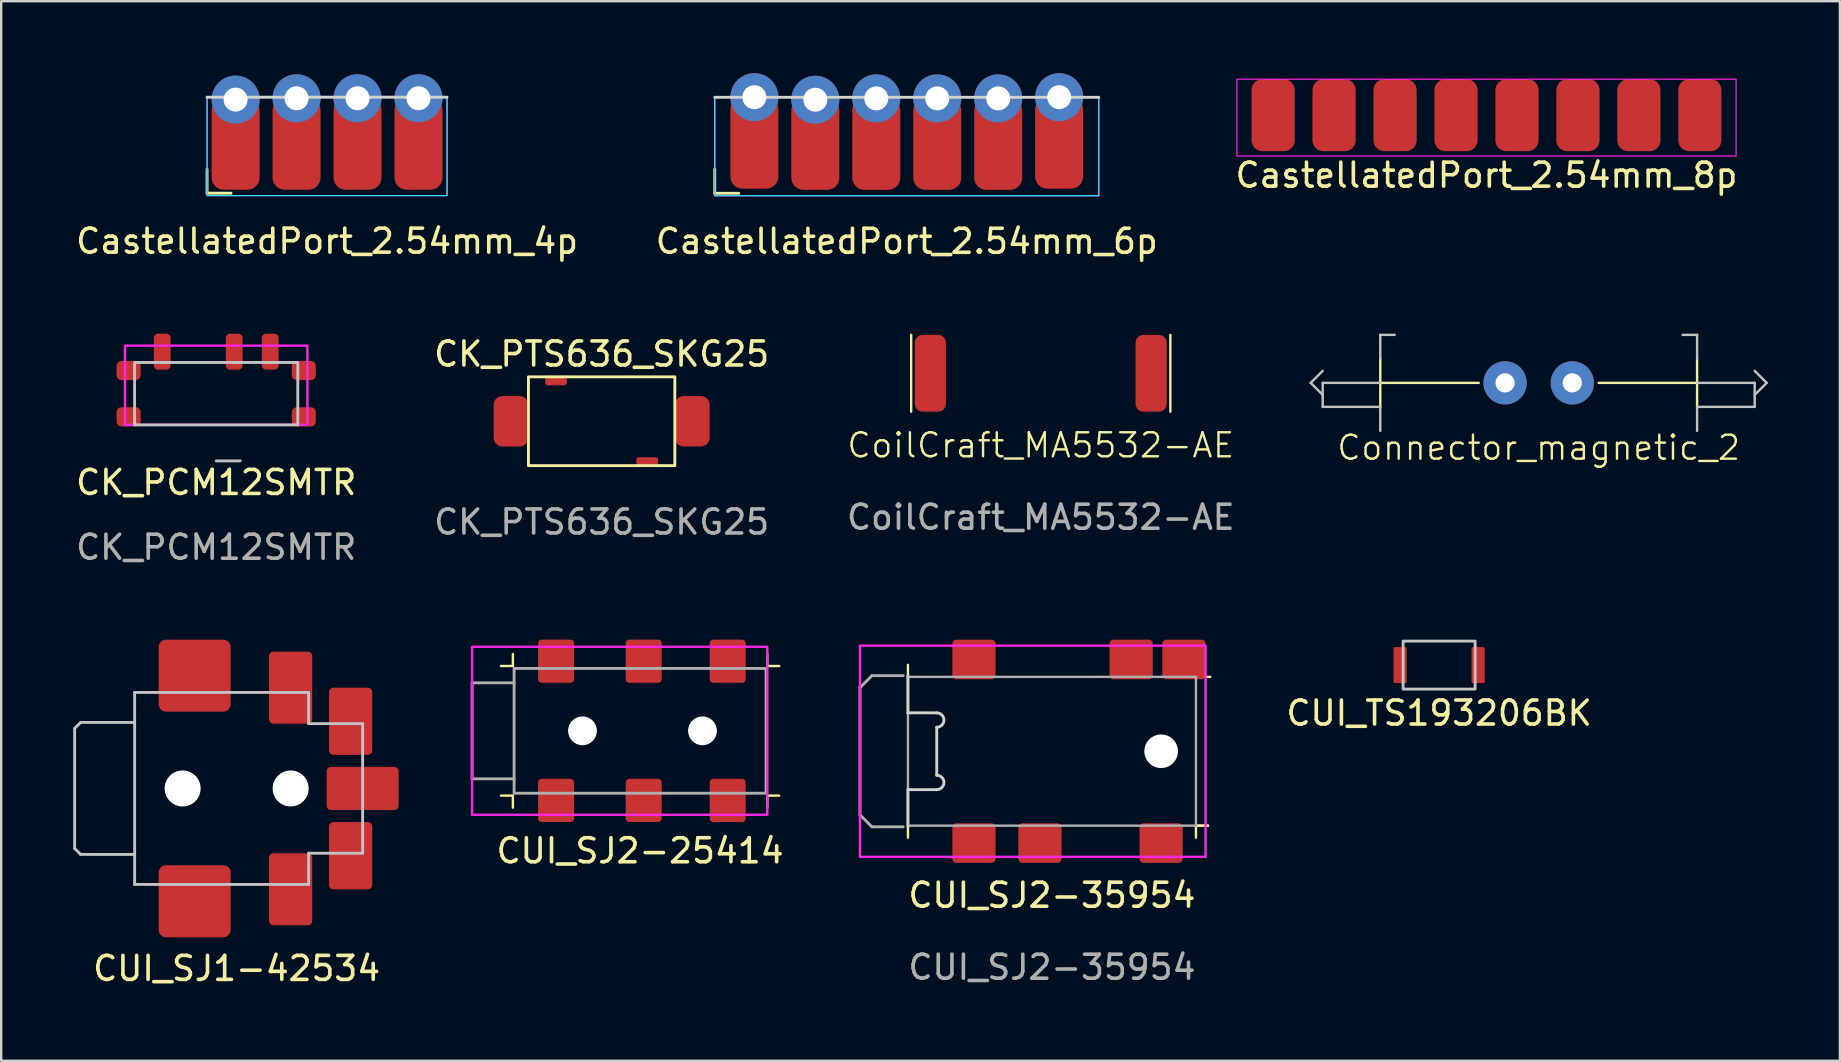
<source format=kicad_pcb>
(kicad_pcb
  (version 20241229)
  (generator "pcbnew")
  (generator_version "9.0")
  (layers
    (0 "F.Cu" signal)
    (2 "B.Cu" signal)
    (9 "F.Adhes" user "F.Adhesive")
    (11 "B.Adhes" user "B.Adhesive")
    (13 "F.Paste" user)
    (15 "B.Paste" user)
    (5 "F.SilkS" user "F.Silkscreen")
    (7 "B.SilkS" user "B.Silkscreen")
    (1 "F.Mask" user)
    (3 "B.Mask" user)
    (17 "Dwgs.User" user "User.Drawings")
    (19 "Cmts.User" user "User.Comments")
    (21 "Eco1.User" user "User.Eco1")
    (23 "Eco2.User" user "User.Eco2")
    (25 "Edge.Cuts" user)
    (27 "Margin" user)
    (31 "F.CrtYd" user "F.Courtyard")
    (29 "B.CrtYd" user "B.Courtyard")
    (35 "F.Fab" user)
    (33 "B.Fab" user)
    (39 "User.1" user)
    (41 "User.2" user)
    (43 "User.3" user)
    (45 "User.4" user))
  (footprint "CUI_TS193206BK"
    (layer "F.Cu")
    (at 56.913 24.662)
    (property "Reference" "CUI_TS193206BK" (at 0 2 0) (unlocked yes) (layer "F.SilkS") (effects (font (size 1 1) (thickness 0.15))))
    (attr smd)
    (fp_rect (start -1.5 -1) (end 1.5 1) (stroke (width 0.12) (type solid)) (fill no) (layer "Dwgs.User"))
    (pad "1" smd roundrect (at -1.625 0) (size 0.55 1.5) (layers "F.Cu" "F.Mask" "F.Paste") (roundrect_rratio 0.1))
    (pad "2" smd roundrect (at 1.625 0) (size 0.55 1.5) (layers "F.Cu" "F.Mask" "F.Paste") (roundrect_rratio 0.1))
    (zone (net_name "") (layers "F.Cu" "B.Cu" "Dwgs.User") (hatch edge 0.508) (connect_pads) (min_thickness 0.254) (filled_areas_thickness no) (keepout (tracks allowed) (vias not_allowed) (pads not_allowed) (copperpour allowed) (footprints allowed)) (placement (enabled no)) (fill) (polygon (pts (xy 57.913 25.662) (xy 55.913 25.662) (xy 55.913 23.662) (xy 57.913 23.662)))))
  (footprint "CUI_SJ2-25414"
    (layer "F.Cu")
    (at 23.62 27.401)
    (property "Reference" "CUI_SJ2-25414" (at 0 5 0) (unlocked yes) (layer "F.SilkS") (effects (font (size 1 1) (thickness 0.15))))
    (attr smd)
    (fp_line (start -5.3 -2.7) (end -5.8 -2.7) (stroke (width 0.1) (type default)) (layer "F.SilkS"))
    (fp_line (start -5.3 -2.7) (end -5.3 -3.2) (stroke (width 0.1) (type default)) (layer "F.SilkS"))
    (fp_line (start -5.3 2.7) (end -5.8 2.7) (stroke (width 0.1) (type default)) (layer "F.SilkS"))
    (fp_line (start -5.3 2.7) (end -5.3 3.2) (stroke (width 0.1) (type default)) (layer "F.SilkS"))
    (fp_line (start 5.3 -2.7) (end 5.3 -3.2) (stroke (width 0.1) (type default)) (layer "F.SilkS"))
    (fp_line (start 5.3 -2.7) (end 5.8 -2.7) (stroke (width 0.1) (type default)) (layer "F.SilkS"))
    (fp_line (start 5.3 2.7) (end 5.3 3.2) (stroke (width 0.1) (type default)) (layer "F.SilkS"))
    (fp_line (start 5.3 2.7) (end 5.8 2.7) (stroke (width 0.1) (type default)) (layer "F.SilkS"))
    (fp_rect (start -7 -3.5) (end 5.3 3.5) (stroke (width 0.1) (type default)) (fill no) (layer "F.CrtYd"))
    (fp_line (start -7 -2) (end -7 2) (stroke (width 0.12) (type solid)) (layer "F.Fab"))
    (fp_line (start -7 2) (end -5.25 2) (stroke (width 0.12) (type solid)) (layer "F.Fab"))
    (fp_line (start -5.25 -2) (end -7 -2) (stroke (width 0.12) (type solid)) (layer "F.Fab"))
    (fp_rect (start -5.25 -2.6) (end 5.25 2.6) (stroke (width 0.12) (type solid)) (fill no) (layer "F.Fab"))
    (pad "" np_thru_hole circle (at -2.4 0) (size 1.2 1.2) (drill 1.2) (layers "*.Cu" "*.Mask"))
    (pad "" np_thru_hole circle (at 2.6 0) (size 1.2 1.2) (drill 1.2) (layers "*.Cu" "*.Mask"))
    (pad "1" smd roundrect (at 0.15 2.9) (size 1.5 1.8) (layers "F.Cu" "F.Mask" "F.Paste") (roundrect_rratio 0.1))
    (pad "2" smd roundrect (at 0.15 -2.9) (size 1.5 1.8) (layers "F.Cu" "F.Mask" "F.Paste") (roundrect_rratio 0.1))
    (pad "3" smd roundrect (at -3.5 2.9) (size 1.5 1.8) (layers "F.Cu" "F.Mask" "F.Paste") (roundrect_rratio 0.1))
    (pad "4" smd roundrect (at -3.5 -2.9) (size 1.5 1.8) (layers "F.Cu" "F.Mask" "F.Paste") (roundrect_rratio 0.1))
    (pad "5" smd roundrect (at 3.65 2.9) (size 1.5 1.8) (layers "F.Cu" "F.Mask" "F.Paste") (roundrect_rratio 0.1))
    (pad "6" smd roundrect (at 3.65 -2.9) (size 1.5 1.8) (layers "F.Cu" "F.Mask" "F.Paste") (roundrect_rratio 0.1)))
  (footprint "CastellatedPort_2.54mm_8p"
    (layer "F.Cu")
    (at 58.887 0.25)
    (property "Reference" "CastellatedPort_2.54mm_8p" (at 0 4 0) (unlocked yes) (layer "F.SilkS") (effects (font (size 1 1) (thickness 0.15))))
    (attr smd)
    (fp_rect (start 10.4 0) (end -10.4 3.2) (stroke (width 0.05) (type solid)) (fill no) (layer "F.CrtYd"))
    (pad "1" smd roundrect (at -8.89 1.5) (size 1.8 3) (layers "F.Cu" "F.Mask" "F.Paste") (roundrect_rratio 0.25))
    (pad "2" smd roundrect (at -6.35 1.5) (size 1.8 3) (layers "F.Cu" "F.Mask" "F.Paste") (roundrect_rratio 0.25))
    (pad "3" smd roundrect (at -3.81 1.5) (size 1.8 3) (layers "F.Cu" "F.Mask" "F.Paste") (roundrect_rratio 0.25))
    (pad "4" smd roundrect (at -1.27 1.5) (size 1.8 3) (layers "F.Cu" "F.Mask" "F.Paste") (roundrect_rratio 0.25))
    (pad "5" smd roundrect (at 1.27 1.5) (size 1.8 3) (layers "F.Cu" "F.Mask" "F.Paste") (roundrect_rratio 0.25))
    (pad "6" smd roundrect (at 3.81 1.5) (size 1.8 3) (layers "F.Cu" "F.Mask" "F.Paste") (roundrect_rratio 0.25))
    (pad "7" smd roundrect (at 6.35 1.5) (size 1.8 3) (layers "F.Cu" "F.Mask" "F.Paste") (roundrect_rratio 0.25))
    (pad "8" smd roundrect (at 8.89 1.5) (size 1.8 3) (layers "F.Cu" "F.Mask" "F.Paste") (roundrect_rratio 0.25)))
  (footprint "CastellatedPort_2.54mm_4p"
    (layer "F.Cu")
    (at 10.577 1)
    (property "Reference" "CastellatedPort_2.54mm_4p" (at 0 6 0) (unlocked yes) (layer "F.SilkS") (effects (font (size 1 1) (thickness 0.15))))
    (attr through_hole)
    (fp_line (start -5 4) (end -5 3) (stroke (width 0.12) (type solid)) (layer "F.SilkS"))
    (fp_line (start -4 4) (end -5 4) (stroke (width 0.12) (type solid)) (layer "F.SilkS"))
    (fp_line (start 5 0) (end -5 0) (stroke (width 0.12) (type solid)) (layer "Edge.Cuts"))
    (fp_rect (start 5 0) (end -5 4.1) (stroke (width 0.05) (type solid)) (fill no) (layer "B.CrtYd"))
    (fp_rect (start 5 0) (end -5 4.1) (stroke (width 0.05) (type solid)) (fill no) (layer "F.CrtYd"))
    (pad "1" thru_hole circle (at -3.81 0.1) (size 2 2) (drill 1) (layers "*.Cu" "*.Mask"))
    (pad "1" smd roundrect (at -3.81 1.95) (size 2 3.81) (layers "F.Cu" "F.Mask" "F.Paste") (roundrect_rratio 0.25))
    (pad "2" thru_hole circle (at -1.27 0.045) (size 2 2) (drill 1) (layers "*.Cu" "*.Mask"))
    (pad "2" smd roundrect (at -1.27 1.95) (size 2 3.81) (layers "F.Cu" "F.Mask" "F.Paste") (roundrect_rratio 0.25))
    (pad "3" thru_hole circle (at 1.27 0.045) (size 2 2) (drill 1) (layers "*.Cu" "*.Mask"))
    (pad "3" smd roundrect (at 1.27 1.95) (size 2 3.81) (layers "F.Cu" "F.Mask" "F.Paste") (roundrect_rratio 0.25))
    (pad "4" thru_hole circle (at 3.81 0.045) (size 2 2) (drill 1) (layers "*.Cu" "*.Mask"))
    (pad "4" smd roundrect (at 3.81 1.95) (size 2 3.81) (layers "F.Cu" "F.Mask" "F.Paste") (roundrect_rratio 0.25))
    (zone (net_name "") (layer "F.SilkS") (name "Cut") (hatch edge 0.508) (connect_pads) (min_thickness 0.254) (filled_areas_thickness no) (keepout (tracks not_allowed) (vias not_allowed) (pads not_allowed) (copperpour not_allowed) (footprints not_allowed)) (placement (enabled no)) (fill) (polygon (pts (xy 15.577 1) (xy 5.577 1) (xy 5.577 0) (xy 15.577 0)))))
  (footprint "CUI_SJ1-42534"
    (layer "F.Cu")
    (at 6.81 29.802)
    (property "Reference" "CUI_SJ1-42534" (at 0 7.5 0) (unlocked yes) (layer "F.SilkS") (effects (font (size 1 1) (thickness 0.15))))
    (attr smd)
    (fp_line (start -6.75 -2.5) (end -6.75 2.5) (stroke (width 0.12) (type solid)) (layer "Dwgs.User"))
    (fp_line (start -6.75 -2.5) (end -6.5 -2.75) (stroke (width 0.12) (type solid)) (layer "Dwgs.User"))
    (fp_line (start -6.5 -2.75) (end -4.25 -2.75) (stroke (width 0.12) (type solid)) (layer "Dwgs.User"))
    (fp_line (start -6.5 2.75) (end -6.75 2.5) (stroke (width 0.12) (type solid)) (layer "Dwgs.User"))
    (fp_line (start -6.5 2.75) (end -4.25 2.75) (stroke (width 0.12) (type solid)) (layer "Dwgs.User"))
    (fp_line (start -4.25 -4) (end -4.25 4) (stroke (width 0.12) (type solid)) (layer "Dwgs.User"))
    (fp_line (start -4.25 4) (end 3 4) (stroke (width 0.12) (type solid)) (layer "Dwgs.User"))
    (fp_line (start 3 -4) (end -4.25 -4) (stroke (width 0.12) (type solid)) (layer "Dwgs.User"))
    (fp_line (start 3 -2.7) (end 3 -4) (stroke (width 0.12) (type solid)) (layer "Dwgs.User"))
    (fp_line (start 3 -2.7) (end 5.25 -2.7) (stroke (width 0.12) (type solid)) (layer "Dwgs.User"))
    (fp_line (start 3 2.7) (end 5.25 2.7) (stroke (width 0.12) (type solid)) (layer "Dwgs.User"))
    (fp_line (start 3 4) (end 3 2.7) (stroke (width 0.12) (type solid)) (layer "Dwgs.User"))
    (fp_line (start 5.25 2.7) (end 5.25 -2.7) (stroke (width 0.12) (type solid)) (layer "Dwgs.User"))
    (pad "" np_thru_hole circle (at -2.25 0) (size 1.5 1.5) (drill 1.5) (layers "*.Cu" "*.Mask"))
    (pad "" np_thru_hole circle (at 2.25 0) (size 1.5 1.5) (drill 1.5) (layers "*.Cu" "*.Mask"))
    (pad "1" smd roundrect (at 5.25 0) (size 3 1.8) (layers "F.Cu" "F.Mask" "F.Paste") (roundrect_rratio 0.1))
    (pad "2" smd roundrect (at 2.25 4.2) (size 1.8 3) (layers "F.Cu" "F.Mask" "F.Paste") (roundrect_rratio 0.1))
    (pad "3" smd roundrect (at 2.25 -4.2) (size 1.8 3) (layers "F.Cu" "F.Mask" "F.Paste") (roundrect_rratio 0.1))
    (pad "4" smd roundrect (at -1.75 -4.7) (size 3 3) (layers "F.Cu" "F.Mask" "F.Paste") (roundrect_rratio 0.1))
    (pad "4" smd roundrect (at -1.75 4.7) (size 3 3) (layers "F.Cu" "F.Mask" "F.Paste") (roundrect_rratio 0.1))
    (pad "5" smd roundrect (at 4.75 2.8) (size 1.8 2.8) (layers "F.Cu" "F.Mask" "F.Paste") (roundrect_rratio 0.1))
    (pad "6" smd roundrect (at 4.75 -2.8) (size 1.8 2.8) (layers "F.Cu" "F.Mask" "F.Paste") (roundrect_rratio 0.1)))
  (footprint "Connector_magnetic_2"
    (layer "F.Cu")
    (at 61.062 12.903)
    (property "Reference" "Connector_magnetic_2" (at 0 2.7 0) (unlocked yes) (layer "F.SilkS") (effects (font (size 1 1) (thickness 0.1))))
    (attr through_hole)
    (fp_line (start -6.6 1) (end -6.6 -1) (stroke (width 0.1) (type default)) (layer "F.SilkS"))
    (fp_line (start -2.5 0) (end -6.6 0) (stroke (width 0.1) (type default)) (layer "F.SilkS"))
    (fp_line (start 2.5 0) (end 6.6 0) (stroke (width 0.1) (type default)) (layer "F.SilkS"))
    (fp_line (start 6.6 1) (end 6.6 -1) (stroke (width 0.1) (type default)) (layer "F.SilkS"))
    (fp_line (start -9.5 0) (end -9 -0.5) (stroke (width 0.1) (type default)) (layer "Dwgs.User"))
    (fp_line (start -9.5 0) (end -9 0.5) (stroke (width 0.1) (type default)) (layer "Dwgs.User"))
    (fp_line (start -9 0) (end -9 1) (stroke (width 0.1) (type default)) (layer "Dwgs.User"))
    (fp_line (start -9 1) (end -6.6 1) (stroke (width 0.1) (type default)) (layer "Dwgs.User"))
    (fp_line (start -6.6 -2) (end -6 -2) (stroke (width 0.1) (type default)) (layer "Dwgs.User"))
    (fp_line (start -6.6 -1) (end -6.6 -2) (stroke (width 0.1) (type default)) (layer "Dwgs.User"))
    (fp_line (start -6.6 0) (end -9 0) (stroke (width 0.1) (type default)) (layer "Dwgs.User"))
    (fp_line (start -6.6 1) (end -6.6 2) (stroke (width 0.1) (type default)) (layer "Dwgs.User"))
    (fp_line (start 6.6 -2) (end 6 -2) (stroke (width 0.1) (type default)) (layer "Dwgs.User"))
    (fp_line (start 6.6 -1) (end 6.6 -2) (stroke (width 0.1) (type default)) (layer "Dwgs.User"))
    (fp_line (start 6.6 1) (end 6.6 2) (stroke (width 0.1) (type default)) (layer "Dwgs.User"))
    (fp_line (start 6.6 1) (end 9 1) (stroke (width 0.1) (type default)) (layer "Dwgs.User"))
    (fp_line (start 9 0) (end 6.6 0) (stroke (width 0.1) (type default)) (layer "Dwgs.User"))
    (fp_line (start 9 0) (end 9 1) (stroke (width 0.1) (type default)) (layer "Dwgs.User"))
    (fp_line (start 9.5 0) (end 9 -0.5) (stroke (width 0.1) (type default)) (layer "Dwgs.User"))
    (fp_line (start 9.5 0) (end 9 0.5) (stroke (width 0.1) (type default)) (layer "Dwgs.User"))
    (pad "1" thru_hole circle (at -1.4 0) (size 1.8 1.8) (drill 0.8) (layers "*.Cu" "*.Mask"))
    (pad "2" thru_hole circle (at 1.4 0) (size 1.8 1.8) (drill 0.8) (layers "*.Cu" "*.Mask")))
  (footprint "CoilCraft_MA5532-AE"
    (layer "F.Cu")
    (at 40.315 12.503)
    (property "Reference" "CoilCraft_MA5532-AE" (at 0 3 0) (unlocked yes) (layer "F.SilkS") (effects (font (size 1 1) (thickness 0.1))))
    (attr smd)
    (fp_line (start -5.4 -1.6) (end -5.4 1.6) (stroke (width 0.1) (type default)) (layer "F.SilkS"))
    (fp_line (start 5.4 -1.6) (end 5.4 1.6) (stroke (width 0.1) (type default)) (layer "F.SilkS"))
    (fp_text user "${REFERENCE}" (at 0 6 0) (unlocked yes) (layer "F.Fab") (effects (font (size 1 1) (thickness 0.15))))
    (pad "1" smd roundrect (at -4.6 0 90) (size 3.2 1.3) (layers "F.Cu" "F.Mask" "F.Paste") (roundrect_rratio 0.25))
    (pad "2" smd roundrect (at 4.6 0 90) (size 3.2 1.3) (layers "F.Cu" "F.Mask" "F.Paste") (roundrect_rratio 0.25)))
  (footprint "CastellatedPort_2.54mm_6p"
    (layer "F.Cu")
    (at 34.732 1.005)
    (property "Reference" "CastellatedPort_2.54mm_6p" (at 0 6 0) (unlocked yes) (layer "F.SilkS") (effects (font (size 1 1) (thickness 0.15))))
    (attr through_hole)
    (fp_line (start -8 4) (end -8 3) (stroke (width 0.12) (type solid)) (layer "F.SilkS"))
    (fp_line (start -7 4) (end -8 4) (stroke (width 0.12) (type solid)) (layer "F.SilkS"))
    (fp_line (start 8 0) (end -8 0) (stroke (width 0.12) (type solid)) (layer "Edge.Cuts"))
    (fp_rect (start 8 0) (end -8 4.1) (stroke (width 0.05) (type solid)) (fill no) (layer "B.CrtYd"))
    (fp_rect (start 8 0) (end -8 4.1) (stroke (width 0.05) (type solid)) (fill no) (layer "F.CrtYd"))
    (pad "1" thru_hole circle (at -6.35 -0.005) (size 2 2) (drill 1) (layers "*.Cu" "*.Mask"))
    (pad "1" smd roundrect (at -6.35 1.9) (size 2 3.81) (layers "F.Cu" "F.Mask" "F.Paste") (roundrect_rratio 0.25))
    (pad "2" thru_hole circle (at -3.81 0.1) (size 2 2) (drill 1) (layers "*.Cu" "*.Mask"))
    (pad "2" smd roundrect (at -3.81 1.95) (size 2 3.81) (layers "F.Cu" "F.Mask" "F.Paste") (roundrect_rratio 0.25))
    (pad "3" thru_hole circle (at -1.27 0.045) (size 2 2) (drill 1) (layers "*.Cu" "*.Mask"))
    (pad "3" smd roundrect (at -1.27 1.95) (size 2 3.81) (layers "F.Cu" "F.Mask" "F.Paste") (roundrect_rratio 0.25))
    (pad "4" thru_hole circle (at 1.27 0.045) (size 2 2) (drill 1) (layers "*.Cu" "*.Mask"))
    (pad "4" smd roundrect (at 1.27 1.95) (size 2 3.81) (layers "F.Cu" "F.Mask" "F.Paste") (roundrect_rratio 0.25))
    (pad "5" thru_hole circle (at 3.81 0.045) (size 2 2) (drill 1) (layers "*.Cu" "*.Mask"))
    (pad "5" smd roundrect (at 3.81 1.95) (size 2 3.81) (layers "F.Cu" "F.Mask" "F.Paste") (roundrect_rratio 0.25))
    (pad "6" thru_hole circle (at 6.35 -0.005) (size 2 2) (drill 1) (layers "*.Cu" "*.Mask"))
    (pad "6" smd roundrect (at 6.35 1.9) (size 2 3.81) (layers "F.Cu" "F.Mask" "F.Paste") (roundrect_rratio 0.25))
    (zone (net_name "") (layer "F.SilkS") (name "Cut") (hatch edge 0.508) (connect_pads) (min_thickness 0.254) (filled_areas_thickness no) (keepout (tracks not_allowed) (vias not_allowed) (pads not_allowed) (copperpour not_allowed) (footprints not_allowed)) (placement (enabled no)) (fill) (polygon (pts (xy 42.732 1.005) (xy 26.732 1.005) (xy 26.732 0.005) (xy 42.732 0.005)))))
  (footprint "CK_PCM12SMTR"
    (layer "F.Cu")
    (at 5.958 13.353)
    (property "Reference" "CK_PCM12SMTR" (at 0 3.7 0) (unlocked yes) (layer "F.SilkS") (effects (font (size 1 1) (thickness 0.15))))
    (attr smd)
    (fp_line (start 0 2.8) (end 1 2.8) (stroke (width 0.12) (type solid)) (layer "Dwgs.User"))
    (fp_rect (start -3.4 -1.3) (end 3.4 1.3) (stroke (width 0.12) (type solid)) (fill no) (layer "Dwgs.User"))
    (fp_rect (start -3.8 -2) (end 3.8 1.3) (stroke (width 0.1) (type default)) (fill no) (layer "F.CrtYd"))
    (fp_text user "${REFERENCE}" (at 0 6.4 0) (unlocked yes) (layer "F.Fab") (effects (font (size 1 1) (thickness 0.15))))
    (pad "" smd roundrect (at -3.65 -0.965) (size 1 0.8) (layers "F.Cu" "F.Mask" "F.Paste") (roundrect_rratio 0.25))
    (pad "" smd roundrect (at -3.65 0.965) (size 1 0.8) (layers "F.Cu" "F.Mask" "F.Paste") (roundrect_rratio 0.25))
    (pad "" smd circle (at -1.5 0) (size 1 1) (layers "F.Paste"))
    (pad "" smd circle (at 1.5 0) (size 1 1) (layers "F.Paste"))
    (pad "" smd roundrect (at 3.65 -0.965) (size 1 0.8) (layers "F.Cu" "F.Mask" "F.Paste") (roundrect_rratio 0.25))
    (pad "" smd roundrect (at 3.65 0.965) (size 1 0.8) (layers "F.Cu" "F.Mask" "F.Paste") (roundrect_rratio 0.25))
    (pad "1" smd roundrect (at -2.25 -1.75) (size 0.7 1.5) (layers "F.Cu" "F.Mask" "F.Paste") (roundrect_rratio 0.25))
    (pad "2" smd roundrect (at 0.75 -1.75) (size 0.7 1.5) (layers "F.Cu" "F.Mask" "F.Paste") (roundrect_rratio 0.25))
    (pad "3" smd roundrect (at 2.25 -1.75) (size 0.7 1.5) (layers "F.Cu" "F.Mask" "F.Paste") (roundrect_rratio 0.25)))
  (footprint "CK_PTS636_SKG25"
    (layer "F.Cu")
    (at 22.018 14.502)
    (property "Reference" "CK_PTS636_SKG25" (at 0 -2.8 0) (unlocked yes) (layer "F.SilkS") (effects (font (size 1 1) (thickness 0.15))))
    (attr smd)
    (fp_rect (start -3.05 -1.85) (end 3.05 1.85) (stroke (width 0.12) (type solid)) (fill no) (layer "F.SilkS"))
    (fp_text user "${REFERENCE}" (at 0 4.2 0) (unlocked yes) (layer "F.Fab") (effects (font (size 1 1) (thickness 0.15))))
    (pad "1" smd roundrect (at -3.775 0) (size 1.45 2.1) (layers "F.Cu" "F.Mask" "F.Paste") (roundrect_rratio 0.25))
    (pad "2" smd roundrect (at 1.9 1.7) (size 0.9 0.4) (layers "F.Cu" "F.Mask" "F.Paste") (roundrect_rratio 0.25))
    (pad "3" smd roundrect (at -1.9 -1.7) (size 0.9 0.4) (layers "F.Cu" "F.Mask" "F.Paste") (roundrect_rratio 0.25))
    (pad "4" smd roundrect (at 3.775 0) (size 1.45 2.1) (layers "F.Cu" "F.Mask" "F.Paste") (roundrect_rratio 0.25)))
  (footprint "CUI_SJ2-35954"
    (layer "F.Cu")
    (at 40.781 28.252)
    (property "Reference" "CUI_SJ2-35954" (at 0 6 0) (unlocked yes) (layer "F.SilkS") (effects (font (size 1 1) (thickness 0.15))))
    (attr smd)
    (fp_line (start -6 -3.1) (end -6 -3.6) (stroke (width 0.1) (type default)) (layer "F.SilkS"))
    (fp_line (start -6 3.1) (end -6 3.6) (stroke (width 0.1) (type default)) (layer "F.SilkS"))
    (fp_line (start 6 3.1) (end 6 3.6) (stroke (width 0.1) (type default)) (layer "F.SilkS"))
    (fp_line (start 6 3.1) (end 6.5 3.1) (stroke (width 0.1) (type default)) (layer "F.SilkS"))
    (fp_line (start 6.4 -3.1) (end 6.6 -3.1) (stroke (width 0.1) (type default)) (layer "F.SilkS"))
    (fp_line (start 6.5 3.1) (end 6 3.1) (stroke (width 0.1) (type default)) (layer "F.SilkS"))
    (fp_line (start -6 -1.6) (end -6 -3.15) (stroke (width 0.12) (type solid)) (layer "Edge.Cuts"))
    (fp_line (start -6 1.6) (end -6 3.15) (stroke (width 0.12) (type solid)) (layer "Edge.Cuts"))
    (fp_line (start -4.8 -1.6) (end -6 -1.6) (stroke (width 0.12) (type solid)) (layer "Edge.Cuts"))
    (fp_line (start -4.8 -1) (end -4.8 1) (stroke (width 0.12) (type solid)) (layer "Edge.Cuts"))
    (fp_line (start -4.8 1.6) (end -6 1.6) (stroke (width 0.12) (type solid)) (layer "Edge.Cuts"))
    (fp_arc (start -4.8 -1.6) (mid -4.5 -1.3) (end -4.8 -1) (stroke (width 0.12) (type solid)) (layer "Edge.Cuts"))
    (fp_arc (start -4.8 1) (mid -4.5 1.3) (end -4.8 1.6) (stroke (width 0.12) (type solid)) (layer "Edge.Cuts"))
    (fp_rect (start -8 -4.4) (end 6.4 4.4) (stroke (width 0.1) (type default)) (fill no) (layer "F.CrtYd"))
    (fp_line (start -8 -2.65) (end -7.5 -3.15) (stroke (width 0.12) (type solid)) (layer "F.Fab"))
    (fp_line (start -8 2.65) (end -8 -2.65) (stroke (width 0.12) (type solid)) (layer "F.Fab"))
    (fp_line (start -7.5 -3.15) (end -6.2 -3.15) (stroke (width 0.12) (type solid)) (layer "F.Fab"))
    (fp_line (start -7.5 3.15) (end -8 2.65) (stroke (width 0.12) (type solid)) (layer "F.Fab"))
    (fp_line (start -7.5 3.15) (end -6.2 3.15) (stroke (width 0.12) (type solid)) (layer "F.Fab"))
    (fp_rect (start -6 -3.1) (end 6 3.1) (stroke (width 0.1) (type default)) (fill no) (layer "F.Fab"))
    (fp_text user "${REFERENCE}" (at 0 9 0) (unlocked yes) (layer "F.Fab") (effects (font (size 1 1) (thickness 0.15))))
    (pad "" np_thru_hole circle (at 4.55 0) (size 1.4 1.4) (drill 1.4) (layers "*.Cu" "*.Mask"))
    (pad "1" smd roundrect (at 3.3 -3.825) (size 1.8 1.65) (layers "F.Cu" "F.Mask" "F.Paste") (roundrect_rratio 0.1))
    (pad "2" smd roundrect (at -0.5 3.825) (size 1.8 1.65) (layers "F.Cu" "F.Mask" "F.Paste") (roundrect_rratio 0.1))
    (pad "3" smd roundrect (at -3.25 -3.825) (size 1.8 1.65) (layers "F.Cu" "F.Mask" "F.Paste") (roundrect_rratio 0.1))
    (pad "4" smd roundrect (at -3.25 3.825) (size 1.8 1.65) (layers "F.Cu" "F.Mask" "F.Paste") (roundrect_rratio 0.1))
    (pad "5" smd roundrect (at 5.5 -3.825) (size 1.8 1.65) (layers "F.Cu" "F.Mask" "F.Paste") (roundrect_rratio 0.1))
    (pad "6" smd roundrect (at 4.55 3.825) (size 1.8 1.65) (layers "F.Cu" "F.Mask" "F.Paste") (roundrect_rratio 0.1)))
  (gr_rect
    (start -3 -3)
    (end 73.612 41.15)
    (stroke (width 0.1) (type default))
    (fill no)
    (layer "Edge.Cuts")))
</source>
